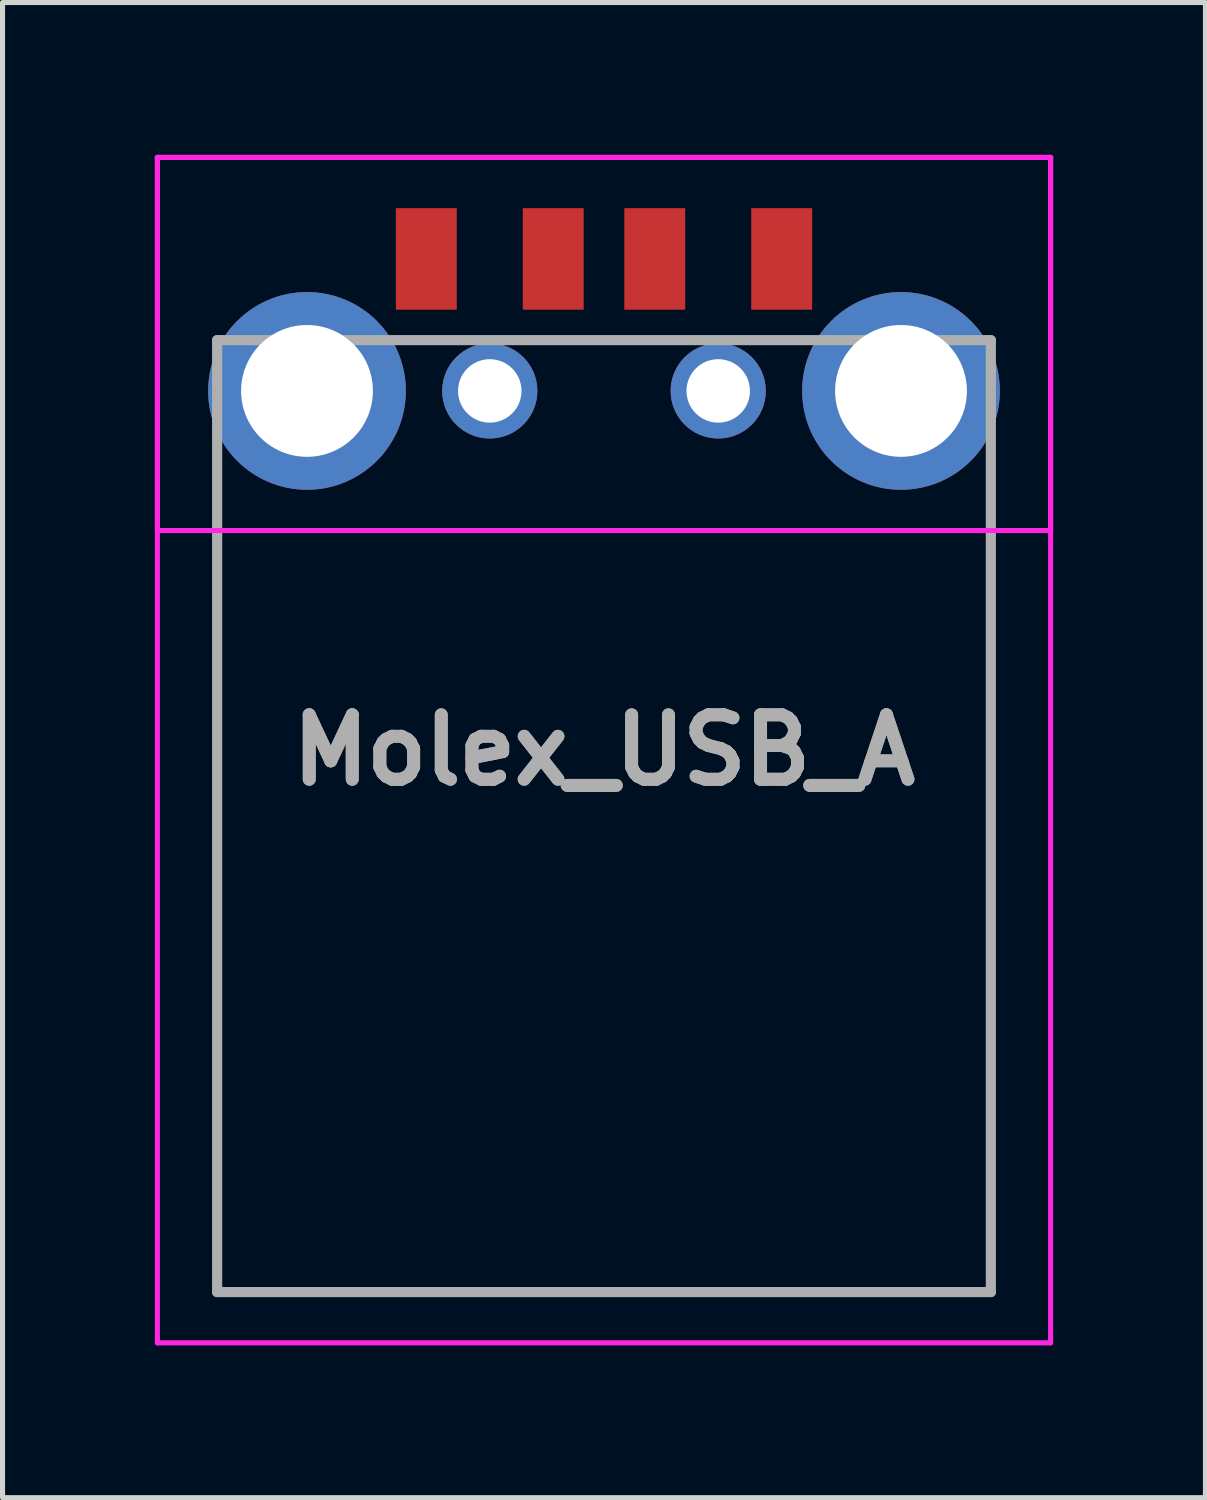
<source format=kicad_pcb>
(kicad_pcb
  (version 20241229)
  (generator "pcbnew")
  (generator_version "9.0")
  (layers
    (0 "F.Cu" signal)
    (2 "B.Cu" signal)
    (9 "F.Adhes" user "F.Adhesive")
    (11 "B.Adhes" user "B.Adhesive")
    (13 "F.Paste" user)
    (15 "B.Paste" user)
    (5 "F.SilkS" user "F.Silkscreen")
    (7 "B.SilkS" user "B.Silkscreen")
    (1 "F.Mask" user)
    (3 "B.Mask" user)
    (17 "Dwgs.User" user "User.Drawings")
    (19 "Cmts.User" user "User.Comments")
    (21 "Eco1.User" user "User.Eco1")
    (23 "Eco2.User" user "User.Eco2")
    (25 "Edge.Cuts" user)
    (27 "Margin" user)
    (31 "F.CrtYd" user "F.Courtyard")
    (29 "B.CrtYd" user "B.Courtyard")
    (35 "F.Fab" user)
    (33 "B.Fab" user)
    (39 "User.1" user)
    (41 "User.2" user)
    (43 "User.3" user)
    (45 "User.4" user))
  (footprint "Molex_USB_A"
    (layer "F.Cu")
    (at 8.847 12.225)
    (property "Reference" "Molex_USB_A" (at 0 -0.5 0) (layer "F.Fab") (effects (font (size 1.27 1.27) (thickness 0.254))))
    (attr through_hole)
    (fp_line (start -1 -8.575) (end 1 -8.575) (stroke (width 0.1) (type solid)) (layer "F.SilkS"))
    (fp_line (start -8.797 -12.175) (end -8.797 -4.825) (stroke (width 0.1) (type solid)) (layer "F.CrtYd"))
    (fp_line (start -8.797 -12.175) (end 8.797 -12.175) (stroke (width 0.1) (type solid)) (layer "F.CrtYd"))
    (fp_line (start -8.797 -4.825) (end 8.797 -4.825) (stroke (width 0.1) (type solid)) (layer "F.CrtYd"))
    (fp_line (start -8.797 11.175) (end -8.797 -12.175) (stroke (width 0.1) (type solid)) (layer "F.CrtYd"))
    (fp_line (start 8.797 -12.175) (end -8.797 -12.175) (stroke (width 0.1) (type solid)) (layer "F.CrtYd"))
    (fp_line (start 8.797 -12.175) (end 8.797 11.175) (stroke (width 0.1) (type solid)) (layer "F.CrtYd"))
    (fp_line (start 8.797 -4.825) (end 8.797 -12.175) (stroke (width 0.1) (type solid)) (layer "F.CrtYd"))
    (fp_line (start 8.797 11.175) (end -8.797 11.175) (stroke (width 0.1) (type solid)) (layer "F.CrtYd"))
    (fp_line (start -7.62 -8.575) (end 7.62 -8.575) (stroke (width 0.2) (type solid)) (layer "F.Fab"))
    (fp_line (start -7.62 -5.825) (end -7.62 10.175) (stroke (width 0.1) (type solid)) (layer "F.Fab"))
    (fp_line (start -7.62 10.175) (end -7.62 -8.575) (stroke (width 0.2) (type solid)) (layer "F.Fab"))
    (fp_line (start -7.62 10.175) (end 7.62 10.175) (stroke (width 0.1) (type solid)) (layer "F.Fab"))
    (fp_line (start 7.62 -8.575) (end 7.62 10.175) (stroke (width 0.2) (type solid)) (layer "F.Fab"))
    (fp_line (start 7.62 10.175) (end -7.62 10.175) (stroke (width 0.2) (type solid)) (layer "F.Fab"))
    (fp_line (start 7.62 10.175) (end 7.62 -5.825) (stroke (width 0.1) (type solid)) (layer "F.Fab"))
    (fp_text user "${REFERENCE}" (at 0 -0.5 0) (layer "F.Fab") (effects (font (size 1.27 1.27) (thickness 0.254))))
    (pad "1" smd rect (at 3.5 -10.175) (size 1.2 2) (layers "F.Cu" "F.Mask" "F.Paste"))
    (pad "2" smd rect (at 1 -10.175) (size 1.2 2) (layers "F.Cu" "F.Mask" "F.Paste"))
    (pad "3" smd rect (at -1 -10.175) (size 1.2 2) (layers "F.Cu" "F.Mask" "F.Paste"))
    (pad "4" smd rect (at -3.5 -10.175) (size 1.2 2) (layers "F.Cu" "F.Mask" "F.Paste"))
    (pad "5" thru_hole circle (at -2.25 -7.575) (size 1.875 1.875) (drill 1.25) (layers "*.Cu" "*.Mask"))
    (pad "6" thru_hole circle (at 2.25 -7.575) (size 1.875 1.875) (drill 1.25) (layers "*.Cu" "*.Mask"))
    (pad "7" thru_hole circle (at -5.85 -7.575) (size 3.894 3.894) (drill 2.596) (layers "*.Cu" "*.Mask"))
    (pad "8" thru_hole circle (at 5.85 -7.575) (size 3.894 3.894) (drill 2.596) (layers "*.Cu" "*.Mask")))
  (gr_rect
    (start -3 -3)
    (end 20.694 26.45)
    (stroke (width 0.1) (type default))
    (fill no)
    (layer "Edge.Cuts")))
</source>
